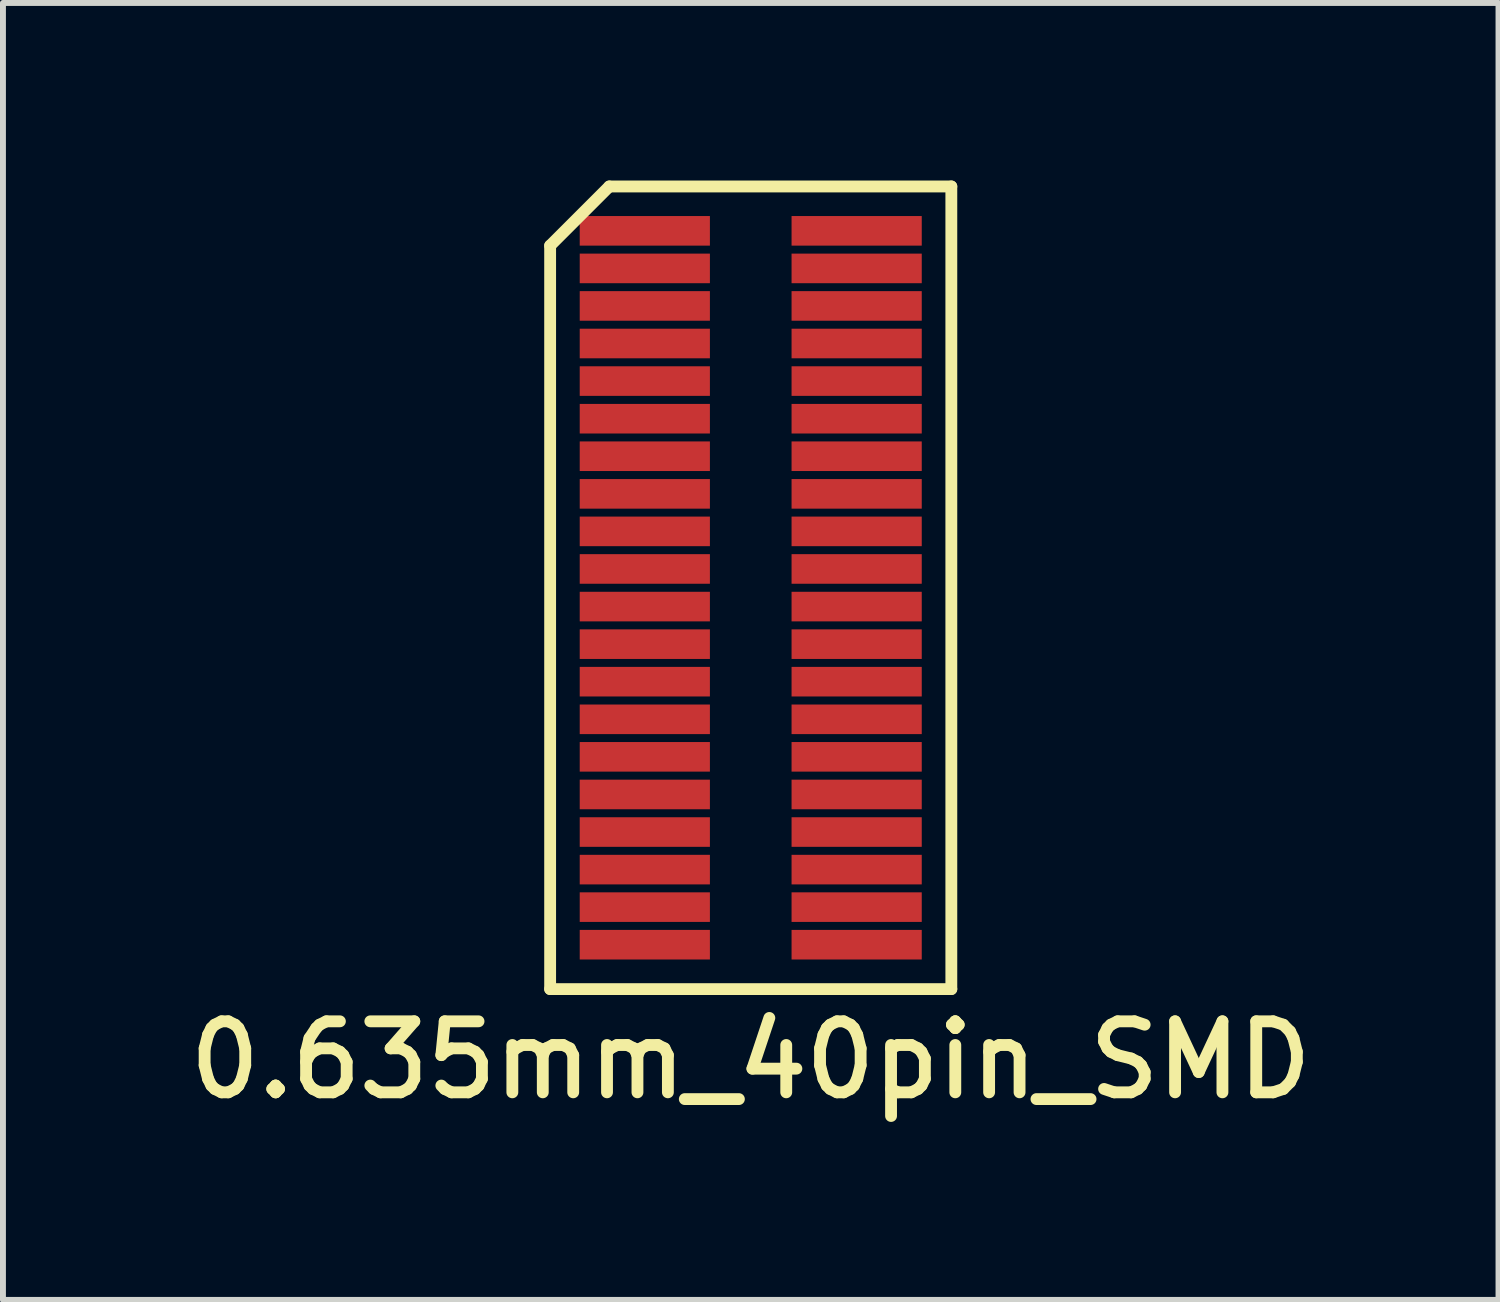
<source format=kicad_pcb>
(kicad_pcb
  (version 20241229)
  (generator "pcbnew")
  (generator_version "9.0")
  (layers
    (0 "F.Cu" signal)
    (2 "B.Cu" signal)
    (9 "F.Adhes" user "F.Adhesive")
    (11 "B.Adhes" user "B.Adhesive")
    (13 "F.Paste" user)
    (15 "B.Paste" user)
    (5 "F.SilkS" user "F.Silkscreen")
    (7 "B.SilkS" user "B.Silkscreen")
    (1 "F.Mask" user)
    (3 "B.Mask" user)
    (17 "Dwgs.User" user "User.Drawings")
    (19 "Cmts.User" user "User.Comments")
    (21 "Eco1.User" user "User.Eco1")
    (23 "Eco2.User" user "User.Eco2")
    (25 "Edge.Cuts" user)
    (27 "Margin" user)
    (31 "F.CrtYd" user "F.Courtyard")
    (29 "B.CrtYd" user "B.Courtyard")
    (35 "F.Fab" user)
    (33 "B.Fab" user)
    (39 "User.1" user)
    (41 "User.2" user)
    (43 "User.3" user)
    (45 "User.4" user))
  (footprint "0.635mm_40pin_SMD"
    (layer "F.Cu")
    (at 9.637 6.883)
    (property "Reference" "0.635mm_40pin_SMD" (at 0 7.982 0) (layer "F.SilkS") (effects (font (size 1.2 1.2) (thickness 0.2))))
    (attr through_hole)
    (fp_line (start -3.39 -5.782) (end -3.39 6.782) (stroke (width 0.2) (type solid)) (layer "F.SilkS"))
    (fp_line (start -3.39 6.782) (end 3.39 6.782) (stroke (width 0.2) (type solid)) (layer "F.SilkS"))
    (fp_line (start -2.39 -6.782) (end -3.39 -5.782) (stroke (width 0.2) (type solid)) (layer "F.SilkS"))
    (fp_line (start 3.39 -6.782) (end -2.39 -6.782) (stroke (width 0.2) (type solid)) (layer "F.SilkS"))
    (fp_line (start 3.39 6.782) (end 3.39 -6.782) (stroke (width 0.2) (type solid)) (layer "F.SilkS"))
    (pad "1" smd rect (at -1.79 -6.032) (size 2.2 0.5) (layers "F.Cu" "F.Mask" "F.Paste"))
    (pad "2" smd rect (at 1.79 -6.032) (size 2.2 0.5) (layers "F.Cu" "F.Mask" "F.Paste"))
    (pad "3" smd rect (at -1.79 -5.397) (size 2.2 0.5) (layers "F.Cu" "F.Mask" "F.Paste"))
    (pad "4" smd rect (at 1.79 -5.397) (size 2.2 0.5) (layers "F.Cu" "F.Mask" "F.Paste"))
    (pad "5" smd rect (at -1.79 -4.763) (size 2.2 0.5) (layers "F.Cu" "F.Mask" "F.Paste"))
    (pad "6" smd rect (at 1.79 -4.763) (size 2.2 0.5) (layers "F.Cu" "F.Mask" "F.Paste"))
    (pad "7" smd rect (at -1.79 -4.128) (size 2.2 0.5) (layers "F.Cu" "F.Mask" "F.Paste"))
    (pad "8" smd rect (at 1.79 -4.128) (size 2.2 0.5) (layers "F.Cu" "F.Mask" "F.Paste"))
    (pad "9" smd rect (at -1.79 -3.493) (size 2.2 0.5) (layers "F.Cu" "F.Mask" "F.Paste"))
    (pad "10" smd rect (at 1.79 -3.493) (size 2.2 0.5) (layers "F.Cu" "F.Mask" "F.Paste"))
    (pad "11" smd rect (at -1.79 -2.857) (size 2.2 0.5) (layers "F.Cu" "F.Mask" "F.Paste"))
    (pad "12" smd rect (at 1.79 -2.857) (size 2.2 0.5) (layers "F.Cu" "F.Mask" "F.Paste"))
    (pad "13" smd rect (at -1.79 -2.223) (size 2.2 0.5) (layers "F.Cu" "F.Mask" "F.Paste"))
    (pad "14" smd rect (at 1.79 -2.223) (size 2.2 0.5) (layers "F.Cu" "F.Mask" "F.Paste"))
    (pad "15" smd rect (at -1.79 -1.587) (size 2.2 0.5) (layers "F.Cu" "F.Mask" "F.Paste"))
    (pad "16" smd rect (at 1.79 -1.587) (size 2.2 0.5) (layers "F.Cu" "F.Mask" "F.Paste"))
    (pad "17" smd rect (at -1.79 -0.953) (size 2.2 0.5) (layers "F.Cu" "F.Mask" "F.Paste"))
    (pad "18" smd rect (at 1.79 -0.953) (size 2.2 0.5) (layers "F.Cu" "F.Mask" "F.Paste"))
    (pad "19" smd rect (at -1.79 -0.318) (size 2.2 0.5) (layers "F.Cu" "F.Mask" "F.Paste"))
    (pad "20" smd rect (at 1.79 -0.318) (size 2.2 0.5) (layers "F.Cu" "F.Mask" "F.Paste"))
    (pad "21" smd rect (at -1.79 0.318) (size 2.2 0.5) (layers "F.Cu" "F.Mask" "F.Paste"))
    (pad "22" smd rect (at 1.79 0.318) (size 2.2 0.5) (layers "F.Cu" "F.Mask" "F.Paste"))
    (pad "23" smd rect (at -1.79 0.953) (size 2.2 0.5) (layers "F.Cu" "F.Mask" "F.Paste"))
    (pad "24" smd rect (at 1.79 0.953) (size 2.2 0.5) (layers "F.Cu" "F.Mask" "F.Paste"))
    (pad "25" smd rect (at -1.79 1.587) (size 2.2 0.5) (layers "F.Cu" "F.Mask" "F.Paste"))
    (pad "26" smd rect (at 1.79 1.587) (size 2.2 0.5) (layers "F.Cu" "F.Mask" "F.Paste"))
    (pad "27" smd rect (at -1.79 2.223) (size 2.2 0.5) (layers "F.Cu" "F.Mask" "F.Paste"))
    (pad "28" smd rect (at 1.79 2.223) (size 2.2 0.5) (layers "F.Cu" "F.Mask" "F.Paste"))
    (pad "29" smd rect (at -1.79 2.857) (size 2.2 0.5) (layers "F.Cu" "F.Mask" "F.Paste"))
    (pad "30" smd rect (at 1.79 2.857) (size 2.2 0.5) (layers "F.Cu" "F.Mask" "F.Paste"))
    (pad "31" smd rect (at -1.79 3.493) (size 2.2 0.5) (layers "F.Cu" "F.Mask" "F.Paste"))
    (pad "32" smd rect (at 1.79 3.493) (size 2.2 0.5) (layers "F.Cu" "F.Mask" "F.Paste"))
    (pad "33" smd rect (at -1.79 4.128) (size 2.2 0.5) (layers "F.Cu" "F.Mask" "F.Paste"))
    (pad "34" smd rect (at 1.79 4.128) (size 2.2 0.5) (layers "F.Cu" "F.Mask" "F.Paste"))
    (pad "35" smd rect (at -1.79 4.763) (size 2.2 0.5) (layers "F.Cu" "F.Mask" "F.Paste"))
    (pad "36" smd rect (at 1.79 4.763) (size 2.2 0.5) (layers "F.Cu" "F.Mask" "F.Paste"))
    (pad "37" smd rect (at -1.79 5.397) (size 2.2 0.5) (layers "F.Cu" "F.Mask" "F.Paste"))
    (pad "38" smd rect (at 1.79 5.397) (size 2.2 0.5) (layers "F.Cu" "F.Mask" "F.Paste"))
    (pad "39" smd rect (at -1.79 6.032) (size 2.2 0.5) (layers "F.Cu" "F.Mask" "F.Paste"))
    (pad "40" smd rect (at 1.79 6.032) (size 2.2 0.5) (layers "F.Cu" "F.Mask" "F.Paste")))
  (gr_rect
    (start -3 -3)
    (end 22.274 18.918)
    (stroke (width 0.1) (type default))
    (fill no)
    (layer "Edge.Cuts")))
</source>
